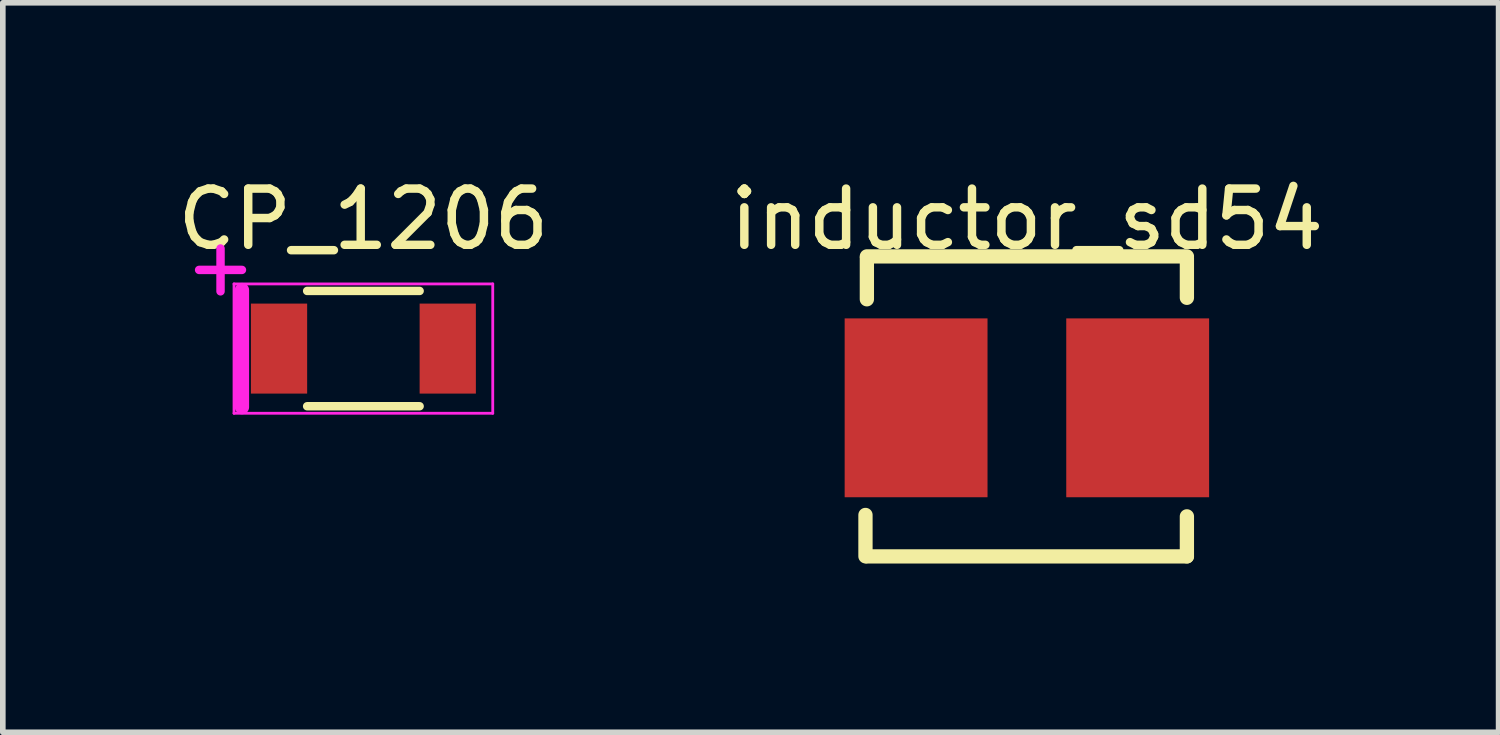
<source format=kicad_pcb>
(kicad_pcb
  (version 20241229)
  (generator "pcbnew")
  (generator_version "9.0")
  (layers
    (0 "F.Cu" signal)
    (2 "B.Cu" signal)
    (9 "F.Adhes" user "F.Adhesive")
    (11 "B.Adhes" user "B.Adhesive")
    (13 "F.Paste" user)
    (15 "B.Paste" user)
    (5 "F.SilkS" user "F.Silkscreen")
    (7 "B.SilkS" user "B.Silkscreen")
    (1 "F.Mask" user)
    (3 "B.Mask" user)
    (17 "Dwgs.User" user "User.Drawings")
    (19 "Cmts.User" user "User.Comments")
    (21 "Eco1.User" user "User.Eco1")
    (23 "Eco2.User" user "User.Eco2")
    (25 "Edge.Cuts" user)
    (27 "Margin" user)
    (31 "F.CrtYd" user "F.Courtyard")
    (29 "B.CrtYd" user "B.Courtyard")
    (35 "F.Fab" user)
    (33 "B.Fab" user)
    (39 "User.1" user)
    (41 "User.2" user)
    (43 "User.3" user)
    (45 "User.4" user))
  (footprint "inductor_sd54"
    (layer "F.Cu")
    (at 15.208 4.201)
    (property "Reference" "inductor_sd54" (at 0 -3.353 0) (layer "F.SilkS") (effects (font (size 1 1) (thickness 0.15))))
    (attr through_hole)
    (fp_line (start -2.87 1.905) (end -2.87 2.64) (stroke (width 0.254) (type solid)) (layer "F.SilkS"))
    (fp_line (start -2.845 -1.93) (end -2.845 -2.665) (stroke (width 0.254) (type solid)) (layer "F.SilkS"))
    (fp_line (start -2.845 -2.692) (end 2.845 -2.692) (stroke (width 0.254) (type solid)) (layer "F.SilkS"))
    (fp_line (start -2.845 2.642) (end 2.845 2.642) (stroke (width 0.254) (type solid)) (layer "F.SilkS"))
    (fp_line (start 2.845 -1.956) (end 2.845 -2.665) (stroke (width 0.254) (type solid)) (layer "F.SilkS"))
    (fp_line (start 2.845 1.93) (end 2.845 2.64) (stroke (width 0.254) (type solid)) (layer "F.SilkS"))
    (pad "1" smd rect (at -1.97 0) (size 2.54 3.18) (layers "F.Cu" "F.Mask" "F.Paste"))
    (pad "2" smd rect (at 1.97 0) (size 2.54 3.18) (layers "F.Cu" "F.Mask" "F.Paste")))
  (footprint "CP_1206"
    (layer "F.Cu")
    (at 3.411 3.148)
    (property "Reference" "CP_1206" (at 0 -2.3 0) (layer "F.SilkS") (effects (font (size 1 1) (thickness 0.15))))
    (attr smd)
    (fp_line (start -1 1.025) (end 1 1.025) (stroke (width 0.15) (type solid)) (layer "F.SilkS"))
    (fp_line (start 1 -1.025) (end -1 -1.025) (stroke (width 0.15) (type solid)) (layer "F.SilkS"))
    (fp_line (start -2.3 -1.15) (end -2.3 1.15) (stroke (width 0.05) (type solid)) (layer "F.CrtYd"))
    (fp_line (start -2.3 -1.15) (end 2.3 -1.15) (stroke (width 0.05) (type solid)) (layer "F.CrtYd"))
    (fp_line (start -2.3 1.15) (end 2.3 1.15) (stroke (width 0.05) (type solid)) (layer "F.CrtYd"))
    (fp_line (start -2.159 -1.041) (end -2.159 1.041) (stroke (width 0.254) (type solid)) (layer "F.CrtYd"))
    (fp_line (start 2.3 -1.15) (end 2.3 1.15) (stroke (width 0.05) (type solid)) (layer "F.CrtYd"))
    (fp_text user "+" (at -2.54 -1.473 0) (layer "F.CrtYd") (effects (font (size 1 1) (thickness 0.15))))
    (pad "1" smd rect (at -1.5 0) (size 1 1.6) (layers "F.Cu" "F.Mask" "F.Paste"))
    (pad "2" smd rect (at 1.5 0) (size 1 1.6) (layers "F.Cu" "F.Mask" "F.Paste")))
  (gr_rect
    (start -3 -3)
    (end 23.595 9.97)
    (stroke (width 0.1) (type default))
    (fill no)
    (layer "Edge.Cuts")))
</source>
